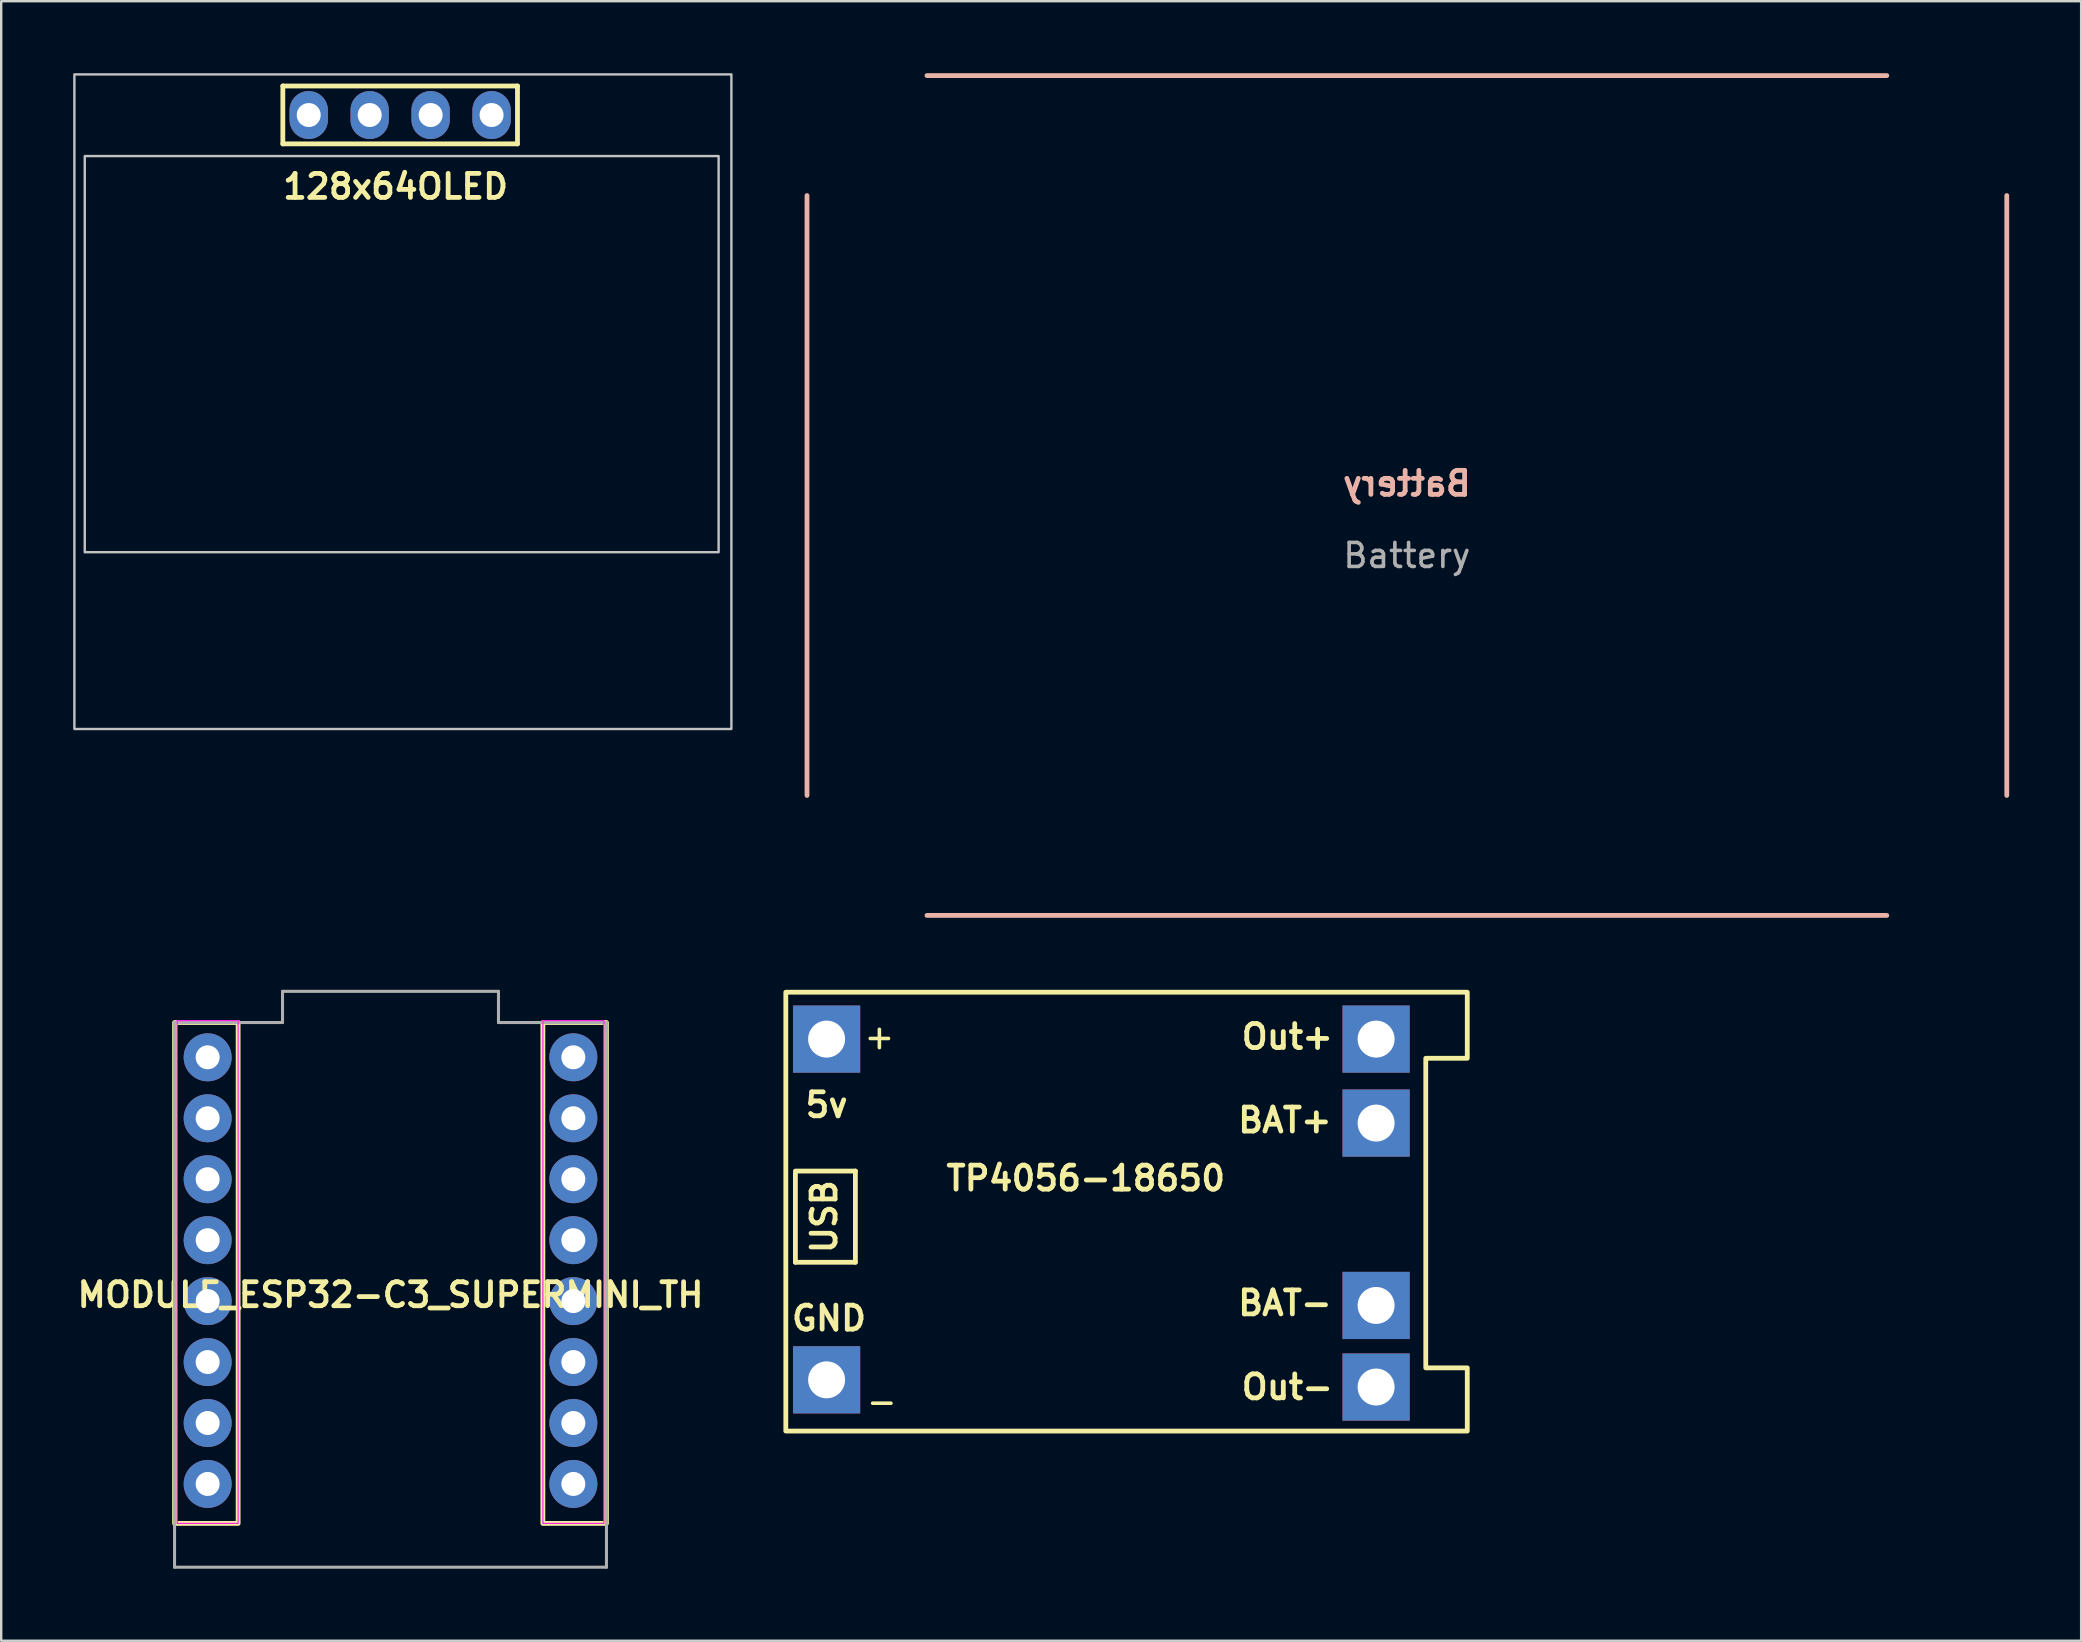
<source format=kicad_pcb>
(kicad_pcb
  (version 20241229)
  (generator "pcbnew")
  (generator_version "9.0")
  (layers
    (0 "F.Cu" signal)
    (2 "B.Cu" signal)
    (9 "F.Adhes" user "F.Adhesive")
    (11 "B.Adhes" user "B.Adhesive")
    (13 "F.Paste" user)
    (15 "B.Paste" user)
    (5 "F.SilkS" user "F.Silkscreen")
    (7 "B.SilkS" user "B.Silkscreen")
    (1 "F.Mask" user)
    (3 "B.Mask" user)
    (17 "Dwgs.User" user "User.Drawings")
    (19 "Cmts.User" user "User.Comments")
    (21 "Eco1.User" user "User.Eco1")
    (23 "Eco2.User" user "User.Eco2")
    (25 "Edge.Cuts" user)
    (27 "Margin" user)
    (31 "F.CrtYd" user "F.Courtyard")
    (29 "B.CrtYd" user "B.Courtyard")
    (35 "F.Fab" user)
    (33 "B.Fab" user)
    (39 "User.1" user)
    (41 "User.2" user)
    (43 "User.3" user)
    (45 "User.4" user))
  (footprint "MODULE_ESP32-C3_SUPERMINI_TH"
    (layer "F.Cu")
    (at 13.224 50.913)
    (property "Reference" "MODULE_ESP32-C3_SUPERMINI_TH" (at 0 0 0) (layer "F.SilkS") (effects (font (size 1 1) (thickness 0.2) (bold yes))))
    (attr through_hole)
    (fp_rect (start -9 -11.35) (end -6.35 9.525) (stroke (width 0.2) (type solid)) (fill no) (layer "F.SilkS"))
    (fp_rect (start 6.35 -11.35) (end 9 9.525) (stroke (width 0.2) (type solid)) (fill no) (layer "F.SilkS"))
    (fp_rect (start -8.89 -11.43) (end -6.35 9.525) (stroke (width 0.05) (type default)) (fill no) (layer "F.CrtYd"))
    (fp_rect (start 6.35 -11.43) (end 8.89 9.525) (stroke (width 0.05) (type default)) (fill no) (layer "F.CrtYd"))
    (fp_line (start -9 11.35) (end -9 -11.35) (stroke (width 0.127) (type solid)) (layer "F.Fab"))
    (fp_line (start -4.5 -12.65) (end -4.5 -11.35) (stroke (width 0.127) (type solid)) (layer "F.Fab"))
    (fp_line (start -4.5 -11.35) (end -9 -11.35) (stroke (width 0.127) (type solid)) (layer "F.Fab"))
    (fp_line (start 4.5 -12.65) (end -4.5 -12.65) (stroke (width 0.127) (type solid)) (layer "F.Fab"))
    (fp_line (start 4.5 -12.65) (end 4.5 -11.35) (stroke (width 0.127) (type solid)) (layer "F.Fab"))
    (fp_line (start 9 -11.35) (end 4.5 -11.35) (stroke (width 0.127) (type solid)) (layer "F.Fab"))
    (fp_line (start 9 11.35) (end -9 11.35) (stroke (width 0.127) (type solid)) (layer "F.Fab"))
    (fp_line (start 9 11.35) (end 9 -11.35) (stroke (width 0.127) (type solid)) (layer "F.Fab"))
    (pad "0" thru_hole circle (at 7.62 7.88) (size 2 2) (drill 1) (layers "*.Cu" "*.Mask"))
    (pad "1" thru_hole circle (at 7.62 5.34) (size 2 2) (drill 1) (layers "*.Cu" "*.Mask"))
    (pad "2" thru_hole circle (at 7.62 2.8) (size 2 2) (drill 1) (layers "*.Cu" "*.Mask"))
    (pad "3" thru_hole circle (at 7.62 0.26) (size 2 2) (drill 1) (layers "*.Cu" "*.Mask"))
    (pad "3.3" thru_hole circle (at 7.62 -4.82) (size 2 2) (drill 1) (layers "*.Cu" "*.Mask"))
    (pad "4" thru_hole circle (at 7.62 -2.28) (size 2 2) (drill 1) (layers "*.Cu" "*.Mask"))
    (pad "5" thru_hole circle (at -7.62 -9.9) (size 2 2) (drill 1) (layers "*.Cu" "*.Mask"))
    (pad "5V" thru_hole circle (at 7.62 -9.9) (size 2 2) (drill 1) (layers "*.Cu" "*.Mask"))
    (pad "6" thru_hole circle (at -7.62 -7.36) (size 2 2) (drill 1) (layers "*.Cu" "*.Mask"))
    (pad "7" thru_hole circle (at -7.62 -4.82) (size 2 2) (drill 1) (layers "*.Cu" "*.Mask"))
    (pad "8" thru_hole circle (at -7.62 -2.28) (size 2 2) (drill 1) (layers "*.Cu" "*.Mask"))
    (pad "9" thru_hole circle (at -7.62 0.26) (size 2 2) (drill 1) (layers "*.Cu" "*.Mask"))
    (pad "10" thru_hole circle (at -7.62 2.8) (size 2 2) (drill 1) (layers "*.Cu" "*.Mask"))
    (pad "20" thru_hole circle (at -7.62 5.34) (size 2 2) (drill 1) (layers "*.Cu" "*.Mask"))
    (pad "21" thru_hole circle (at -7.62 7.88) (size 2 2) (drill 1) (layers "*.Cu" "*.Mask"))
    (pad "G" thru_hole circle (at 7.62 -7.36) (size 2 2) (drill 1) (layers "*.Cu" "*.Mask")))
  (footprint "Battery"
    (layer "F.Cu")
    (at 55.581 17.6)
    (property "Reference" "Battery" (at 0 -0.5 0) (unlocked yes) (layer "B.SilkS") (effects (font (size 1 1) (thickness 0.2) (bold yes)) (justify mirror)))
    (attr through_hole)
    (fp_line (start -25 -12.5) (end -25 12.5) (stroke (width 0.2) (type solid)) (layer "B.SilkS"))
    (fp_line (start -20 17.5) (end 20 17.5) (stroke (width 0.2) (type solid)) (layer "B.SilkS"))
    (fp_line (start 20 -17.5) (end -20 -17.5) (stroke (width 0.2) (type solid)) (layer "B.SilkS"))
    (fp_line (start 25 -12.5) (end 25 12.5) (stroke (width 0.2) (type solid)) (layer "B.SilkS"))
    (fp_text user "${REFERENCE}" (at 0 2.5 0) (unlocked yes) (layer "F.Fab") (effects (font (size 1 1) (thickness 0.15)))))
  (footprint "128x64OLED"
    (layer "F.Cu")
    (at 13.436 12.344)
    (property "Reference" "128x64OLED" (at 0 -7.62 0) (layer "F.SilkS") (effects (font (size 1 1) (thickness 0.2) (bold yes))))
    (attr through_hole)
    (fp_line (start -4.699 -11.811) (end -4.699 -9.398) (stroke (width 0.2) (type solid)) (layer "F.SilkS"))
    (fp_line (start -4.699 -11.811) (end 5.08 -11.811) (stroke (width 0.2) (type solid)) (layer "F.SilkS"))
    (fp_line (start 5.08 -11.811) (end 5.08 -9.398) (stroke (width 0.2) (type solid)) (layer "F.SilkS"))
    (fp_line (start 5.08 -9.398) (end -4.699 -9.398) (stroke (width 0.2) (type solid)) (layer "F.SilkS"))
    (fp_rect (start -13.386 -12.294) (end 13.995 14.986) (stroke (width 0.1) (type default)) (fill no) (layer "Dwgs.User"))
    (fp_rect (start -12.954 -8.89) (end 13.462 7.62) (stroke (width 0.1) (type default)) (fill no) (layer "Dwgs.User"))
    (pad "1" thru_hole oval (at -3.62 -10.6 90) (size 2 1.6) (drill 1) (layers "*.Cu" "*.Mask"))
    (pad "2" thru_hole oval (at -1.08 -10.6 90) (size 2 1.6) (drill 1) (layers "*.Cu" "*.Mask"))
    (pad "3" thru_hole oval (at 1.46 -10.6 90) (size 2 1.6) (drill 1) (layers "*.Cu" "*.Mask"))
    (pad "4" thru_hole oval (at 4 -10.6 90) (size 2 1.6) (drill 1) (layers "*.Cu" "*.Mask")))
  (footprint "TP4056-18650"
    (layer "F.Cu")
    (at 29.698 38.554)
    (property "Reference" "TP4056-18650" (at 12.5 7.5 0) (layer "F.SilkS") (effects (font (size 1 1) (thickness 0.2) (bold yes))))
    (attr through_hole)
    (fp_line (start 0.4 7.2) (end 2.9 7.2) (stroke (width 0.2) (type solid)) (layer "F.SilkS"))
    (fp_line (start 0.4 11) (end 0.4 7.3) (stroke (width 0.2) (type solid)) (layer "F.SilkS"))
    (fp_line (start 2.9 7.2) (end 2.9 11) (stroke (width 0.2) (type solid)) (layer "F.SilkS"))
    (fp_line (start 2.9 11) (end 0.4 11) (stroke (width 0.2) (type solid)) (layer "F.SilkS"))
    (fp_poly (pts (xy 0 18.034) (xy 0 -0.254) (xy 28.4 -0.254) (xy 28.4 2.5) (xy 26.67 2.5) (xy 26.67 15.4) (xy 28.4 15.4) (xy 28.4 18.034)) (stroke (width 0.2) (type solid)) (fill no) (layer "F.SilkS"))
    (fp_text user "Out-" (at 20.9 16.2 0) (layer "F.SilkS") (effects (font (size 1 1) (thickness 0.2) (bold yes))))
    (fp_text user "+" (at 3.9 1.6 0) (layer "F.SilkS") (effects (font (size 1 1) (thickness 0.15))))
    (fp_text user "BAT-" (at 22.86 12.7 0) (layer "F.SilkS") (effects (font (size 1 1) (thickness 0.2) (bold yes)) (justify right)))
    (fp_text user "5v" (at 1.7 4.445 0) (layer "F.SilkS") (effects (font (size 1 1) (thickness 0.2) (bold yes))))
    (fp_text user "USB" (at 1.6 9.1 90) (layer "F.SilkS") (effects (font (size 1 1) (thickness 0.2) (bold yes))))
    (fp_text user "GND" (at 1.8 13.335 0) (layer "F.SilkS") (effects (font (size 1 1) (thickness 0.2) (bold yes))))
    (fp_text user "-" (at 4 16.8 0) (layer "F.SilkS") (effects (font (size 1 1) (thickness 0.15))))
    (fp_text user "Out+" (at 20.9 1.6 0) (layer "F.SilkS") (effects (font (size 1 1) (thickness 0.2) (bold yes))))
    (fp_text user "BAT+" (at 22.86 5.08 0) (layer "F.SilkS") (effects (font (size 1 1) (thickness 0.2) (bold yes)) (justify right)))
    (pad "1" thru_hole rect (at 1.7 15.9) (size 2.8 2.8) (drill 1.54) (layers "*.Cu" "*.Mask"))
    (pad "1" thru_hole rect (at 24.6 12.8) (size 2.8 2.8) (drill 1.54) (layers "*.Cu" "*.Mask"))
    (pad "1" thru_hole rect (at 24.6 16.2) (size 2.8 2.8) (drill 1.54) (layers "*.Cu" "*.Mask"))
    (pad "2" thru_hole rect (at 1.7 1.7) (size 2.8 2.8) (drill 1.54) (layers "*.Cu" "*.Mask"))
    (pad "3" thru_hole rect (at 24.6 5.2) (size 2.8 2.8) (drill 1.54) (layers "*.Cu" "*.Mask"))
    (pad "4" thru_hole rect (at 24.6 1.7) (size 2.8 2.8) (drill 1.54) (layers "*.Cu" "*.Mask")))
  (gr_rect
    (start -3 -3)
    (end 83.681 65.327)
    (stroke (width 0.1) (type default))
    (fill no)
    (layer "Edge.Cuts")))
</source>
